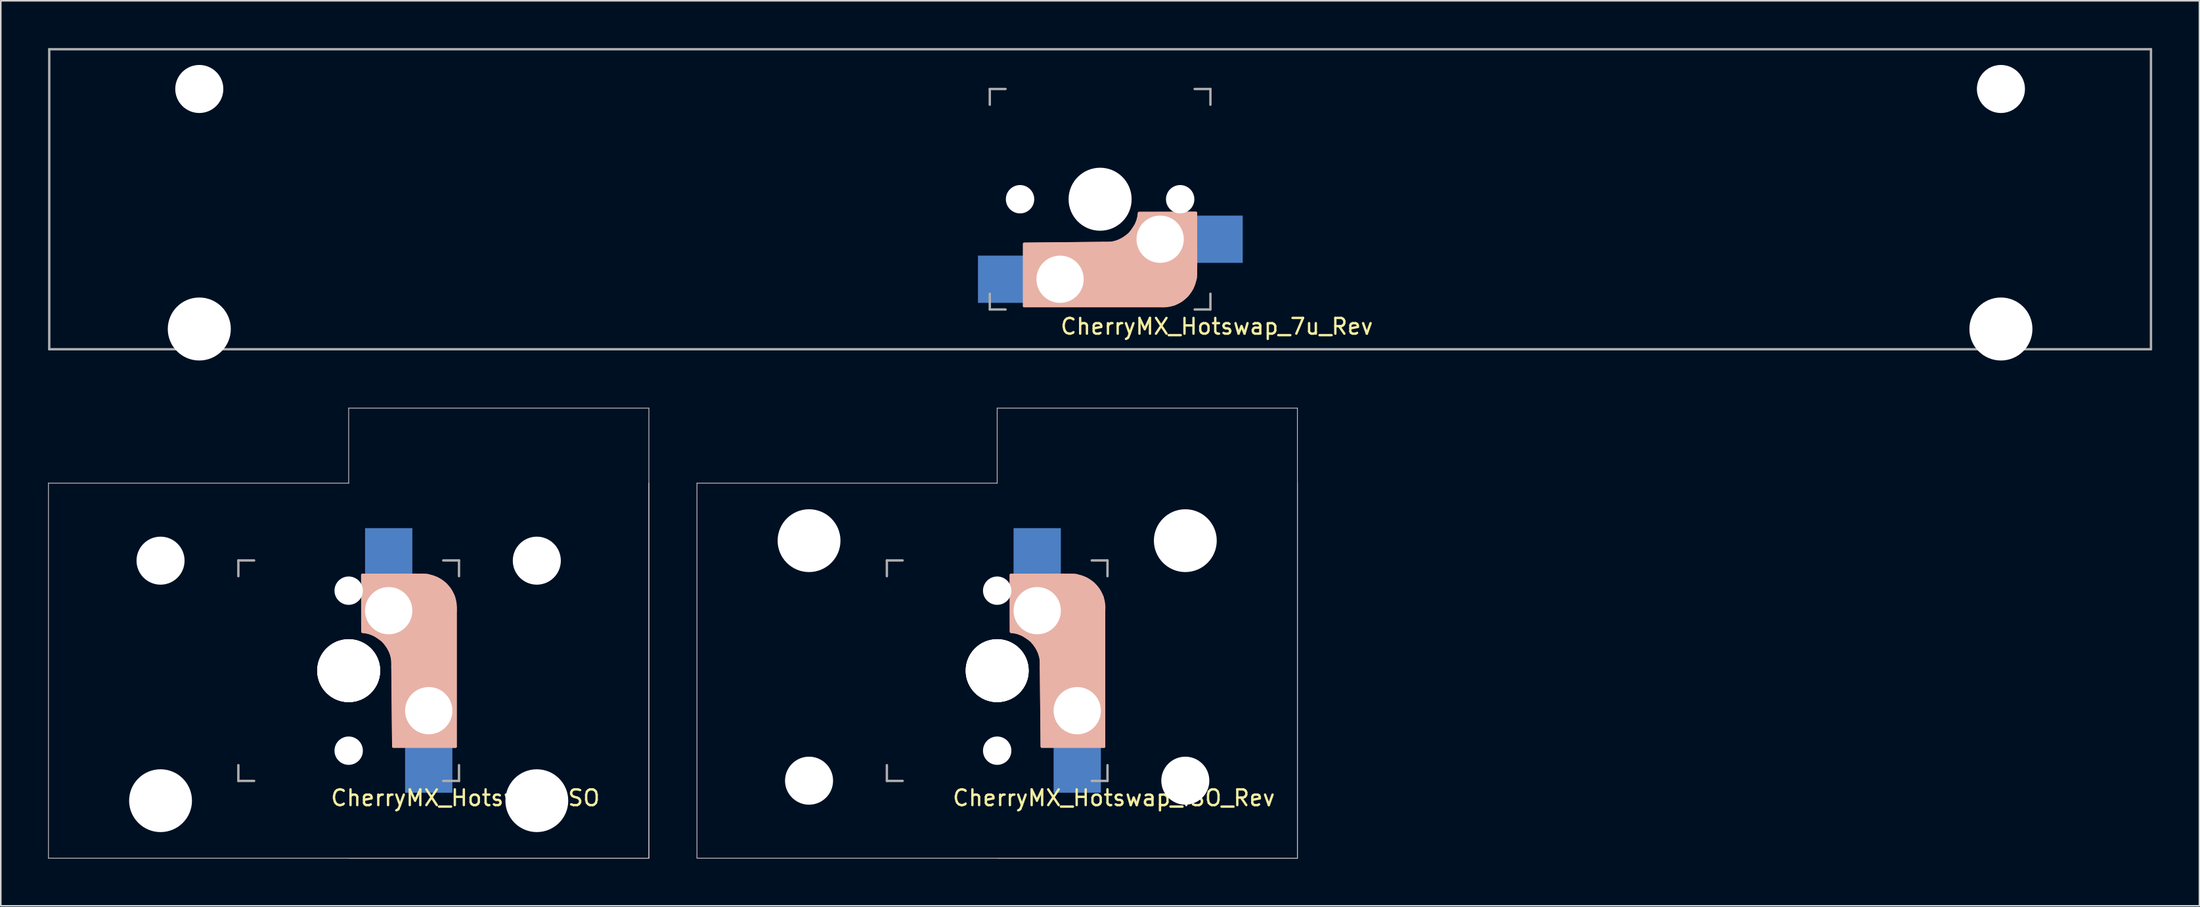
<source format=kicad_pcb>
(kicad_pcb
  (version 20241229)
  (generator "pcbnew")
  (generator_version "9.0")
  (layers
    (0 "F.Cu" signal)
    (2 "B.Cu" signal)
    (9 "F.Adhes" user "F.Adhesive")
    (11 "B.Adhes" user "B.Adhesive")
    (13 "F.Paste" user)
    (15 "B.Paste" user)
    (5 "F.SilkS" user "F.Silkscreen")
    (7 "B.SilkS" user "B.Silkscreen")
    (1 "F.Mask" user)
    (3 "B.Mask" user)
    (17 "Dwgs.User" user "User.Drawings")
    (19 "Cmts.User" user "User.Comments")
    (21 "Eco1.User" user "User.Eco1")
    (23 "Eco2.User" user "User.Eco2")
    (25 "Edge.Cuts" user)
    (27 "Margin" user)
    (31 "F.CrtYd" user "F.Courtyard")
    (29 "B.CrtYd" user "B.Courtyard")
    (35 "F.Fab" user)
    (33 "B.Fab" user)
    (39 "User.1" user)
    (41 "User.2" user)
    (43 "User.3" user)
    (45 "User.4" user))
  (footprint "CherryMX_Hotswap_ISO"
    (layer "F.Cu")
    (at 19.075 39.534)
    (property "Reference" "CherryMX_Hotswap_ISO" (at 7.402 8.08 0) (layer "F.SilkS") (effects (font (size 1 1) (thickness 0.15))))
    (attr smd)
    (fp_line (start 0.876 -6.08) (end 0.876 -2.47) (stroke (width 0.15) (type solid)) (layer "B.SilkS"))
    (fp_line (start 2.83 4.82) (end 2.784 -0.23) (stroke (width 0.15) (type solid)) (layer "B.SilkS"))
    (fp_line (start 2.876 4.82) (end 6.784 4.82) (stroke (width 0.15) (type solid)) (layer "B.SilkS"))
    (fp_line (start 4.83 -6.08) (end 0.885 -6.08) (stroke (width 0.15) (type solid)) (layer "B.SilkS"))
    (fp_line (start 6.784 4.82) (end 6.784 -3.805) (stroke (width 0.15) (type solid)) (layer "B.SilkS"))
    (fp_arc (start 0.9 -2.465) (mid 2.308061 -1.724361) (end 2.78 -0.205) (stroke (width 0.15) (type solid)) (layer "B.SilkS"))
    (fp_arc (start 4.9 -6.069) (mid 6.31089 -5.327189) (end 6.784 -3.805) (stroke (width 0.15) (type solid)) (layer "B.SilkS"))
    (fp_poly (pts (xy 0.86 -6.08) (xy 0.87 -2.48) (xy 1.27 -2.42) (xy 1.62 -2.27) (xy 2.19 -1.89) (xy 2.49 -1.48) (xy 2.68 -1.12) (xy 2.77 -0.78) (xy 2.83 4.82) (xy 6.78 4.82) (xy 6.78 -4) (xy 6.68 -4.68) (xy 6.45 -5.13) (xy 6.12 -5.52) (xy 5.65 -5.84) (xy 5.01 -6.07) (xy 4.22 -6.09)) (stroke (width 0.15) (type solid)) (fill yes) (layer "B.SilkS"))
    (fp_line (start -19.05 11.906) (end -19.05 -11.906) (stroke (width 0.05) (type solid)) (layer "Dwgs.User"))
    (fp_line (start 0 -16.669) (end 0 -11.906) (stroke (width 0.05) (type solid)) (layer "Dwgs.User"))
    (fp_line (start 0 -11.906) (end -19.05 -11.906) (stroke (width 0.05) (type solid)) (layer "Dwgs.User"))
    (fp_line (start 0 11.906) (end 19.05 11.906) (stroke (width 0.05) (type solid)) (layer "Dwgs.User"))
    (fp_line (start 19.05 -16.669) (end 0 -16.669) (stroke (width 0.05) (type solid)) (layer "Dwgs.User"))
    (fp_line (start 19.05 -16.669) (end 19.05 11.906) (stroke (width 0.05) (type solid)) (layer "Dwgs.User"))
    (fp_line (start 19.05 -11.906) (end 19.05 11.906) (stroke (width 0.05) (type solid)) (layer "Dwgs.User"))
    (fp_line (start 19.05 11.906) (end -19.05 11.906) (stroke (width 0.05) (type solid)) (layer "Dwgs.User"))
    (fp_line (start -7 -7) (end -6 -7) (stroke (width 0.15) (type solid)) (layer "F.Fab"))
    (fp_line (start -7 -6) (end -7 -7) (stroke (width 0.15) (type solid)) (layer "F.Fab"))
    (fp_line (start -7 7) (end -7 6) (stroke (width 0.15) (type solid)) (layer "F.Fab"))
    (fp_line (start -6 7) (end -7 7) (stroke (width 0.15) (type solid)) (layer "F.Fab"))
    (fp_line (start 6 -7) (end 7 -7) (stroke (width 0.15) (type solid)) (layer "F.Fab"))
    (fp_line (start 7 -7) (end 7 -6) (stroke (width 0.15) (type solid)) (layer "F.Fab"))
    (fp_line (start 7 6) (end 7 7) (stroke (width 0.15) (type solid)) (layer "F.Fab"))
    (fp_line (start 7 7) (end 6 7) (stroke (width 0.15) (type solid)) (layer "F.Fab"))
    (pad "" np_thru_hole circle (at -11.938 -6.985) (size 3.048 3.048) (drill 3.048) (layers "*.Cu" "*.Mask"))
    (pad "" np_thru_hole circle (at -11.938 8.255) (size 3.988 3.988) (drill 3.988) (layers "*.Cu" "*.Mask"))
    (pad "" np_thru_hole circle (at 0 -5.08 270) (size 1.8 1.8) (drill 1.8) (layers "*.Cu" "*.Mask"))
    (pad "" np_thru_hole circle (at 0 0 270) (size 3.988 3.988) (drill 3.988) (layers "*.Cu" "*.Mask"))
    (pad "" np_thru_hole circle (at 0 0) (size 3.988 3.988) (drill 3.988) (layers "*.Cu" "*.Mask"))
    (pad "" np_thru_hole circle (at 0 0) (size 4 4) (drill 4) (layers "*.Cu" "*.Mask"))
    (pad "" np_thru_hole circle (at 0 5.08 270) (size 1.8 1.8) (drill 1.8) (layers "*.Cu" "*.Mask"))
    (pad "" np_thru_hole circle (at 2.54 -3.81 90) (size 3 3) (drill 3) (layers "*.Cu" "*.Mask"))
    (pad "" np_thru_hole circle (at 5.08 2.54 90) (size 3 3) (drill 3) (layers "*.Cu" "*.Mask"))
    (pad "" np_thru_hole circle (at 11.938 -6.985) (size 3.048 3.048) (drill 3.048) (layers "*.Cu" "*.Mask"))
    (pad "" np_thru_hole circle (at 11.938 8.255) (size 3.988 3.988) (drill 3.988) (layers "*.Cu" "*.Mask"))
    (pad "1" smd rect (at 2.54 -6.9 90) (size 3.3 3) (drill (offset 0.5 0)) (layers "B.Cu" "B.Mask" "B.Paste"))
    (pad "2" smd rect (at 5.08 5.6 90) (size 3.3 3) (drill (offset -0.5 0)) (layers "B.Cu" "B.Mask" "B.Paste")))
  (footprint "CherryMX_Hotswap_7u_Rev"
    (layer "F.Cu")
    (at 66.756 9.6)
    (property "Reference" "CherryMX_Hotswap_7u_Rev" (at 7.402 8.08 0) (layer "F.SilkS") (effects (font (size 1 1) (thickness 0.15))))
    (attr smd)
    (fp_line (start -4.82 2.83) (end 0.23 2.784) (stroke (width 0.15) (type solid)) (layer "B.SilkS"))
    (fp_line (start -4.82 2.876) (end -4.82 6.784) (stroke (width 0.15) (type solid)) (layer "B.SilkS"))
    (fp_line (start -4.82 6.784) (end 3.805 6.784) (stroke (width 0.15) (type solid)) (layer "B.SilkS"))
    (fp_line (start 6.08 0.876) (end 2.47 0.876) (stroke (width 0.15) (type solid)) (layer "B.SilkS"))
    (fp_line (start 6.08 4.83) (end 6.08 0.885) (stroke (width 0.15) (type solid)) (layer "B.SilkS"))
    (fp_arc (start 2.465 0.9) (mid 1.724361 2.308061) (end 0.205 2.78) (stroke (width 0.15) (type solid)) (layer "B.SilkS"))
    (fp_arc (start 6.069 4.9) (mid 5.327189 6.31089) (end 3.805 6.784) (stroke (width 0.15) (type solid)) (layer "B.SilkS"))
    (fp_poly (pts (xy 6.08 0.86) (xy 2.48 0.87) (xy 2.42 1.27) (xy 2.27 1.62) (xy 1.89 2.19) (xy 1.48 2.49) (xy 1.12 2.68) (xy 0.78 2.77) (xy -4.82 2.83) (xy -4.82 6.78) (xy 4 6.78) (xy 4.68 6.68) (xy 5.13 6.45) (xy 5.52 6.12) (xy 5.84 5.65) (xy 6.07 5.01) (xy 6.09 4.22)) (stroke (width 0.15) (type solid)) (fill yes) (layer "B.SilkS"))
    (fp_line (start -66.681 -9.525) (end -66.681 9.525) (stroke (width 0.15) (type solid)) (layer "F.Fab"))
    (fp_line (start -66.681 9.525) (end 66.681 9.525) (stroke (width 0.15) (type solid)) (layer "F.Fab"))
    (fp_line (start -7 -7) (end -6 -7) (stroke (width 0.15) (type solid)) (layer "F.Fab"))
    (fp_line (start -7 -6) (end -7 -7) (stroke (width 0.15) (type solid)) (layer "F.Fab"))
    (fp_line (start -7 7) (end -7 6) (stroke (width 0.15) (type solid)) (layer "F.Fab"))
    (fp_line (start -6 7) (end -7 7) (stroke (width 0.15) (type solid)) (layer "F.Fab"))
    (fp_line (start 6 -7) (end 7 -7) (stroke (width 0.15) (type solid)) (layer "F.Fab"))
    (fp_line (start 7 -7) (end 7 -6) (stroke (width 0.15) (type solid)) (layer "F.Fab"))
    (fp_line (start 7 6) (end 7 7) (stroke (width 0.15) (type solid)) (layer "F.Fab"))
    (fp_line (start 7 7) (end 6 7) (stroke (width 0.15) (type solid)) (layer "F.Fab"))
    (fp_line (start 66.681 -9.525) (end -66.681 -9.525) (stroke (width 0.15) (type solid)) (layer "F.Fab"))
    (fp_line (start 66.681 9.525) (end 66.681 -9.525) (stroke (width 0.15) (type solid)) (layer "F.Fab"))
    (pad "" np_thru_hole circle (at -57.16 -7 180) (size 3.05 3.05) (drill 3.05) (layers "*.Cu" "*.Mask"))
    (pad "" np_thru_hole circle (at -57.16 8.24 180) (size 4 4) (drill 4) (layers "*.Cu" "*.Mask"))
    (pad "" np_thru_hole circle (at -5.08 0 180) (size 1.8 1.8) (drill 1.8) (layers "*.Cu" "*.Mask"))
    (pad "" np_thru_hole circle (at -2.54 5.08) (size 3 3) (drill 3) (layers "*.Cu" "*.Mask"))
    (pad "" np_thru_hole circle (at 0 0 270) (size 4 4) (drill 4) (layers "*.Cu" "*.Mask"))
    (pad "" np_thru_hole circle (at 3.81 2.54) (size 3 3) (drill 3) (layers "*.Cu" "*.Mask"))
    (pad "" np_thru_hole circle (at 5.08 0 180) (size 1.8 1.8) (drill 1.8) (layers "*.Cu" "*.Mask"))
    (pad "" np_thru_hole circle (at 57.16 -7 180) (size 3.05 3.05) (drill 3.05) (layers "*.Cu" "*.Mask"))
    (pad "" np_thru_hole circle (at 57.16 8.24 180) (size 4 4) (drill 4) (layers "*.Cu" "*.Mask"))
    (pad "1" smd rect (at 6.9 2.54) (size 3.3 3) (drill (offset 0.5 0)) (layers "B.Cu" "B.Mask" "B.Paste"))
    (pad "2" smd rect (at -5.6 5.08) (size 3.3 3) (drill (offset -0.5 0)) (layers "B.Cu" "B.Mask" "B.Paste")))
  (footprint "CherryMX_Hotswap_ISO_Rev"
    (layer "F.Cu")
    (at 60.225 39.534)
    (property "Reference" "CherryMX_Hotswap_ISO_Rev" (at 7.402 8.08 0) (layer "F.SilkS") (effects (font (size 1 1) (thickness 0.15))))
    (attr smd)
    (fp_line (start 0.876 -6.08) (end 0.876 -2.47) (stroke (width 0.15) (type solid)) (layer "B.SilkS"))
    (fp_line (start 2.83 4.82) (end 2.784 -0.23) (stroke (width 0.15) (type solid)) (layer "B.SilkS"))
    (fp_line (start 2.876 4.82) (end 6.784 4.82) (stroke (width 0.15) (type solid)) (layer "B.SilkS"))
    (fp_line (start 4.83 -6.08) (end 0.885 -6.08) (stroke (width 0.15) (type solid)) (layer "B.SilkS"))
    (fp_line (start 6.784 4.82) (end 6.784 -3.805) (stroke (width 0.15) (type solid)) (layer "B.SilkS"))
    (fp_arc (start 0.9 -2.465) (mid 2.308061 -1.724361) (end 2.78 -0.205) (stroke (width 0.15) (type solid)) (layer "B.SilkS"))
    (fp_arc (start 4.9 -6.069) (mid 6.31089 -5.327189) (end 6.784 -3.805) (stroke (width 0.15) (type solid)) (layer "B.SilkS"))
    (fp_poly (pts (xy 0.86 -6.08) (xy 0.87 -2.48) (xy 1.27 -2.42) (xy 1.62 -2.27) (xy 2.19 -1.89) (xy 2.49 -1.48) (xy 2.68 -1.12) (xy 2.77 -0.78) (xy 2.83 4.82) (xy 6.78 4.82) (xy 6.78 -4) (xy 6.68 -4.68) (xy 6.45 -5.13) (xy 6.12 -5.52) (xy 5.65 -5.84) (xy 5.01 -6.07) (xy 4.22 -6.09)) (stroke (width 0.15) (type solid)) (fill yes) (layer "B.SilkS"))
    (fp_line (start -19.05 11.906) (end -19.05 -11.906) (stroke (width 0.05) (type solid)) (layer "Dwgs.User"))
    (fp_line (start 0 -16.669) (end 0 -11.906) (stroke (width 0.05) (type solid)) (layer "Dwgs.User"))
    (fp_line (start 0 -11.906) (end -19.05 -11.906) (stroke (width 0.05) (type solid)) (layer "Dwgs.User"))
    (fp_line (start 0 11.906) (end 19.05 11.906) (stroke (width 0.05) (type solid)) (layer "Dwgs.User"))
    (fp_line (start 19.05 -16.669) (end 0 -16.669) (stroke (width 0.05) (type solid)) (layer "Dwgs.User"))
    (fp_line (start 19.05 -16.669) (end 19.05 11.906) (stroke (width 0.05) (type solid)) (layer "Dwgs.User"))
    (fp_line (start 19.05 -11.906) (end 19.05 11.906) (stroke (width 0.05) (type solid)) (layer "Dwgs.User"))
    (fp_line (start 19.05 11.906) (end -19.05 11.906) (stroke (width 0.05) (type solid)) (layer "Dwgs.User"))
    (fp_line (start -7 -7) (end -6 -7) (stroke (width 0.15) (type solid)) (layer "F.Fab"))
    (fp_line (start -7 -6) (end -7 -7) (stroke (width 0.15) (type solid)) (layer "F.Fab"))
    (fp_line (start -7 7) (end -7 6) (stroke (width 0.15) (type solid)) (layer "F.Fab"))
    (fp_line (start -6 7) (end -7 7) (stroke (width 0.15) (type solid)) (layer "F.Fab"))
    (fp_line (start 6 -7) (end 7 -7) (stroke (width 0.15) (type solid)) (layer "F.Fab"))
    (fp_line (start 7 -7) (end 7 -6) (stroke (width 0.15) (type solid)) (layer "F.Fab"))
    (fp_line (start 7 6) (end 7 7) (stroke (width 0.15) (type solid)) (layer "F.Fab"))
    (fp_line (start 7 7) (end 6 7) (stroke (width 0.15) (type solid)) (layer "F.Fab"))
    (pad "" np_thru_hole circle (at -11.938 -8.255 180) (size 3.988 3.988) (drill 3.988) (layers "*.Cu" "*.Mask"))
    (pad "" np_thru_hole circle (at -11.938 6.985 180) (size 3.048 3.048) (drill 3.048) (layers "*.Cu" "*.Mask"))
    (pad "" np_thru_hole circle (at 0 -5.08 270) (size 1.8 1.8) (drill 1.8) (layers "*.Cu" "*.Mask"))
    (pad "" np_thru_hole circle (at 0 0 270) (size 3.988 3.988) (drill 3.988) (layers "*.Cu" "*.Mask"))
    (pad "" np_thru_hole circle (at 0 0) (size 3.988 3.988) (drill 3.988) (layers "*.Cu" "*.Mask"))
    (pad "" np_thru_hole circle (at 0 0) (size 4 4) (drill 4) (layers "*.Cu" "*.Mask"))
    (pad "" np_thru_hole circle (at 0 5.08 270) (size 1.8 1.8) (drill 1.8) (layers "*.Cu" "*.Mask"))
    (pad "" np_thru_hole circle (at 2.54 -3.81 90) (size 3 3) (drill 3) (layers "*.Cu" "*.Mask"))
    (pad "" np_thru_hole circle (at 5.08 2.54 90) (size 3 3) (drill 3) (layers "*.Cu" "*.Mask"))
    (pad "" np_thru_hole circle (at 11.938 -8.255 180) (size 3.988 3.988) (drill 3.988) (layers "*.Cu" "*.Mask"))
    (pad "" np_thru_hole circle (at 11.938 6.985 180) (size 3.048 3.048) (drill 3.048) (layers "*.Cu" "*.Mask"))
    (pad "1" smd rect (at 2.54 -6.9 90) (size 3.3 3) (drill (offset 0.5 0)) (layers "B.Cu" "B.Mask" "B.Paste"))
    (pad "2" smd rect (at 5.08 5.6 90) (size 3.3 3) (drill (offset -0.5 0)) (layers "B.Cu" "B.Mask" "B.Paste")))
  (gr_rect
    (start -3 -3)
    (end 136.512 54.465)
    (stroke (width 0.1) (type default))
    (fill no)
    (layer "Edge.Cuts")))
</source>
